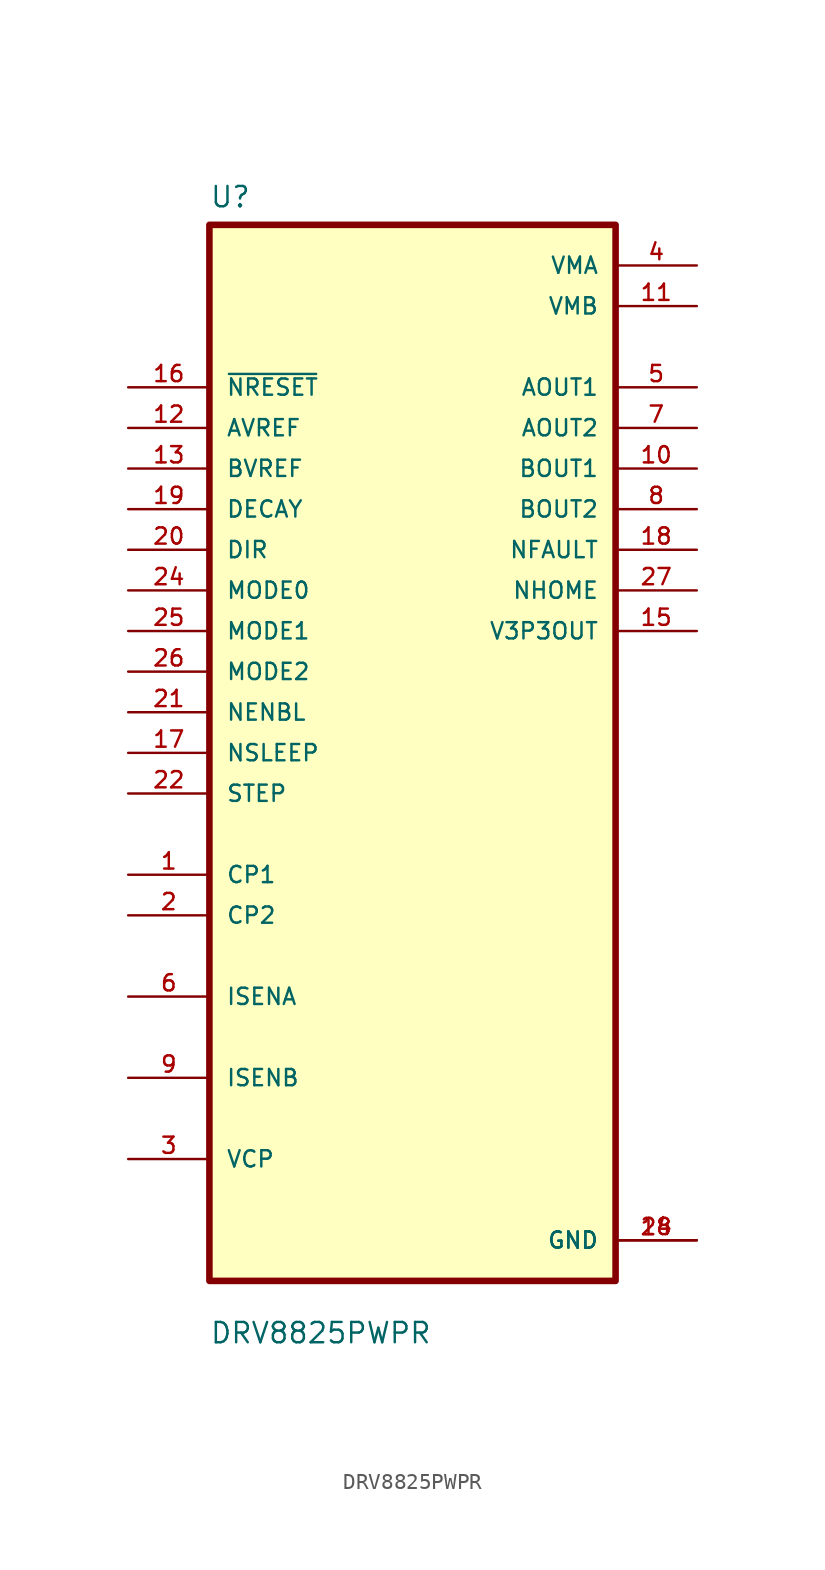
<source format=kicad_sym>
(kicad_symbol_lib
  (version 20211014)
  (generator kicad_symbol_editor)
  (symbol "DRV8825PWPR"
    (pin_names
      (offset 1.016))
    (property "Reference" "U"
      (at -12.7 34.02 0.0)
      (effects (font (size 1.27 1.27)) (justify bottom left)))
    (property "Value" "DRV8825PWPR"
      (at -12.7 -37.02 0.0)
      (effects (font (size 1.27 1.27)) (justify bottom left)))
    (symbol "DRV8825PWPR_0_0"
      (rectangle (start -12.7 -33.02) (end 12.7 33.02) (stroke (width 0.41)) (fill (type background)))
      (pin input line (at -17.78 22.86 0) (length 5.08) (name "~{NRESET}" (effects (font (size 1.016 1.016)))) (number "16" (effects (font (size 1.016 1.016)))))
      (pin input line (at -17.78 20.32 0) (length 5.08) (name "AVREF" (effects (font (size 1.016 1.016)))) (number "12" (effects (font (size 1.016 1.016)))))
      (pin input line (at -17.78 17.78 0) (length 5.08) (name "BVREF" (effects (font (size 1.016 1.016)))) (number "13" (effects (font (size 1.016 1.016)))))
      (pin input line (at -17.78 15.24 0) (length 5.08) (name "DECAY" (effects (font (size 1.016 1.016)))) (number "19" (effects (font (size 1.016 1.016)))))
      (pin input line (at -17.78 12.7 0) (length 5.08) (name "DIR" (effects (font (size 1.016 1.016)))) (number "20" (effects (font (size 1.016 1.016)))))
      (pin input line (at -17.78 10.16 0) (length 5.08) (name "MODE0" (effects (font (size 1.016 1.016)))) (number "24" (effects (font (size 1.016 1.016)))))
      (pin input line (at -17.78 7.62 0) (length 5.08) (name "MODE1" (effects (font (size 1.016 1.016)))) (number "25" (effects (font (size 1.016 1.016)))))
      (pin input line (at -17.78 5.08 0) (length 5.08) (name "MODE2" (effects (font (size 1.016 1.016)))) (number "26" (effects (font (size 1.016 1.016)))))
      (pin input line (at -17.78 2.54 0) (length 5.08) (name "NENBL" (effects (font (size 1.016 1.016)))) (number "21" (effects (font (size 1.016 1.016)))))
      (pin input line (at -17.78 1.06581e-14 0) (length 5.08) (name "NSLEEP" (effects (font (size 1.016 1.016)))) (number "17" (effects (font (size 1.016 1.016)))))
      (pin input line (at -17.78 -2.54 0) (length 5.08) (name "STEP" (effects (font (size 1.016 1.016)))) (number "22" (effects (font (size 1.016 1.016)))))
      (pin bidirectional line (at -17.78 -7.62 0) (length 5.08) (name "CP1" (effects (font (size 1.016 1.016)))) (number "1" (effects (font (size 1.016 1.016)))))
      (pin bidirectional line (at -17.78 -10.16 0) (length 5.08) (name "CP2" (effects (font (size 1.016 1.016)))) (number "2" (effects (font (size 1.016 1.016)))))
      (pin bidirectional line (at -17.78 -15.24 0) (length 5.08) (name "ISENA" (effects (font (size 1.016 1.016)))) (number "6" (effects (font (size 1.016 1.016)))))
      (pin bidirectional line (at -17.78 -20.32 0) (length 5.08) (name "ISENB" (effects (font (size 1.016 1.016)))) (number "9" (effects (font (size 1.016 1.016)))))
      (pin bidirectional line (at -17.78 -25.4 0) (length 5.08) (name "VCP" (effects (font (size 1.016 1.016)))) (number "3" (effects (font (size 1.016 1.016)))))
      (pin power_in line (at 17.78 30.48 180.0) (length 5.08) (name "VMA" (effects (font (size 1.016 1.016)))) (number "4" (effects (font (size 1.016 1.016)))))
      (pin power_in line (at 17.78 27.94 180.0) (length 5.08) (name "VMB" (effects (font (size 1.016 1.016)))) (number "11" (effects (font (size 1.016 1.016)))))
      (pin output line (at 17.78 22.86 180.0) (length 5.08) (name "AOUT1" (effects (font (size 1.016 1.016)))) (number "5" (effects (font (size 1.016 1.016)))))
      (pin output line (at 17.78 20.32 180.0) (length 5.08) (name "AOUT2" (effects (font (size 1.016 1.016)))) (number "7" (effects (font (size 1.016 1.016)))))
      (pin output line (at 17.78 17.78 180.0) (length 5.08) (name "BOUT1" (effects (font (size 1.016 1.016)))) (number "10" (effects (font (size 1.016 1.016)))))
      (pin output line (at 17.78 15.24 180.0) (length 5.08) (name "BOUT2" (effects (font (size 1.016 1.016)))) (number "8" (effects (font (size 1.016 1.016)))))
      (pin output line (at 17.78 12.7 180.0) (length 5.08) (name "NFAULT" (effects (font (size 1.016 1.016)))) (number "18" (effects (font (size 1.016 1.016)))))
      (pin output line (at 17.78 10.16 180.0) (length 5.08) (name "NHOME" (effects (font (size 1.016 1.016)))) (number "27" (effects (font (size 1.016 1.016)))))
      (pin output line (at 17.78 7.62 180.0) (length 5.08) (name "V3P3OUT" (effects (font (size 1.016 1.016)))) (number "15" (effects (font (size 1.016 1.016)))))
      (pin power_in line (at 17.78 -30.48 180.0) (length 5.08) (name "GND" (effects (font (size 1.016 1.016)))) (number "14" (effects (font (size 1.016 1.016)))))
      (pin power_in line (at 17.78 -30.48 180.0) (length 5.08) (name "GND" (effects (font (size 1.016 1.016)))) (number "28" (effects (font (size 1.016 1.016))))))))
</source>
